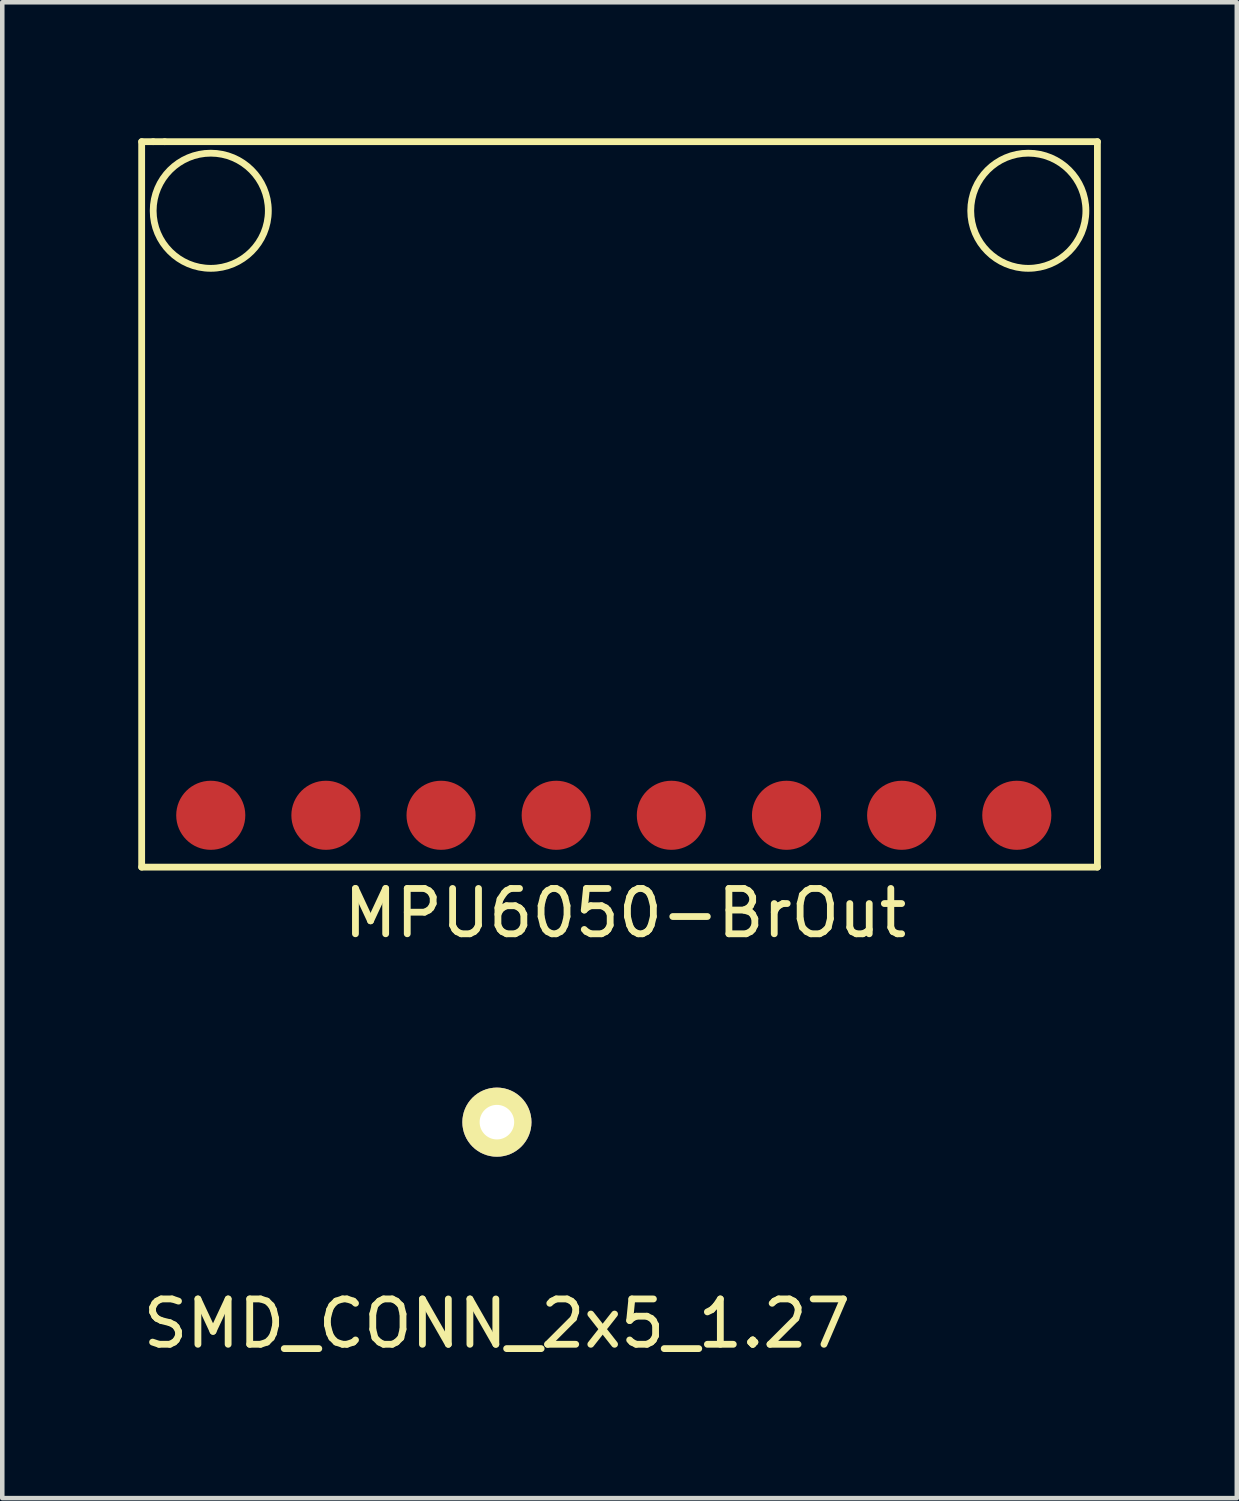
<source format=kicad_pcb>
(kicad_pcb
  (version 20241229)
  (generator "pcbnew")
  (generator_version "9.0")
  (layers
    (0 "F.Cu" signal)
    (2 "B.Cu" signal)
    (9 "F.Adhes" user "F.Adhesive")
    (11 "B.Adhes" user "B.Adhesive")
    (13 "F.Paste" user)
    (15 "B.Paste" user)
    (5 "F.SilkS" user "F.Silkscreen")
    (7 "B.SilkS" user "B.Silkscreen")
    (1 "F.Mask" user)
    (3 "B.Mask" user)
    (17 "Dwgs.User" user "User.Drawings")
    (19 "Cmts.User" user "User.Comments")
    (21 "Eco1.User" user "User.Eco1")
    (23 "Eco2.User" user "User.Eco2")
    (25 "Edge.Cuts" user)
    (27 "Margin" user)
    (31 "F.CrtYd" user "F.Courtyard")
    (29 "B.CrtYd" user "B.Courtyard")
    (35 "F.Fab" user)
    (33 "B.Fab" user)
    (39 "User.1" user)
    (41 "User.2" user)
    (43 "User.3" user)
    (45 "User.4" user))
  (footprint "MPU6050-BrOut"
    (layer "F.Cu")
    (at 10.489 9.219)
    (property "Reference" "MPU6050-BrOut" (at 0.254 7.874 0) (layer "F.SilkS") (effects (font (size 1 1) (thickness 0.15))))
    (attr through_hole)
    (fp_line (start -10.414 -9.144) (end -10.16 -9.144) (stroke (width 0.15) (type solid)) (layer "F.SilkS"))
    (fp_line (start -10.414 6.858) (end -10.414 -9.144) (stroke (width 0.15) (type solid)) (layer "F.SilkS"))
    (fp_line (start -10.414 6.858) (end 10.668 6.858) (stroke (width 0.15) (type solid)) (layer "F.SilkS"))
    (fp_line (start -9.906 -9.144) (end -10.16 -9.144) (stroke (width 0.15) (type solid)) (layer "F.SilkS"))
    (fp_line (start 10.668 -9.144) (end -9.906 -9.144) (stroke (width 0.15) (type solid)) (layer "F.SilkS"))
    (fp_line (start 10.668 6.858) (end 10.668 -9.144) (stroke (width 0.15) (type solid)) (layer "F.SilkS"))
    (fp_circle (center -8.89 -7.62) (end -9.652 -8.636) (stroke (width 0.15) (type solid)) (fill no) (layer "F.SilkS"))
    (fp_circle (center 9.144 -7.62) (end 10.16 -8.382) (stroke (width 0.15) (type solid)) (fill no) (layer "F.SilkS"))
    (pad "1" smd circle (at -8.89 5.715) (size 1.524 1.524) (layers "F.Cu" "F.Mask" "F.Paste"))
    (pad "2" smd circle (at -6.35 5.715) (size 1.524 1.524) (layers "F.Cu" "F.Mask" "F.Paste"))
    (pad "3" smd circle (at -3.81 5.715) (size 1.524 1.524) (layers "F.Cu" "F.Mask" "F.Paste"))
    (pad "4" smd circle (at -1.27 5.715) (size 1.524 1.524) (layers "F.Cu" "F.Mask" "F.Paste"))
    (pad "5" smd circle (at 1.27 5.715) (size 1.524 1.524) (layers "F.Cu" "F.Mask" "F.Paste"))
    (pad "6" smd circle (at 3.81 5.715) (size 1.524 1.524) (layers "F.Cu" "F.Mask" "F.Paste"))
    (pad "7" smd circle (at 6.35 5.715) (size 1.524 1.524) (layers "F.Cu" "F.Mask" "F.Paste"))
    (pad "8" smd circle (at 8.89 5.715) (size 1.524 1.524) (layers "F.Cu" "F.Mask" "F.Paste")))
  (footprint "SMD_CONN_2x5_1.27"
    (layer "F.Cu")
    (at 7.911 21.703)
    (property "Reference" "SMD_CONN_2x5_1.27" (at 0 4.445 0) (layer "F.SilkS") (effects (font (size 1 1) (thickness 0.15))))
    (attr through_hole)
    (pad "1" thru_hole circle (at 0 0) (size 1.524 1.524) (drill 0.762) (layers "*.Cu" "*.Mask" "F.SilkS")))
  (gr_rect
    (start -3 -3)
    (end 24.232 29.997)
    (stroke (width 0.1) (type default))
    (fill no)
    (layer "Edge.Cuts")))
</source>
